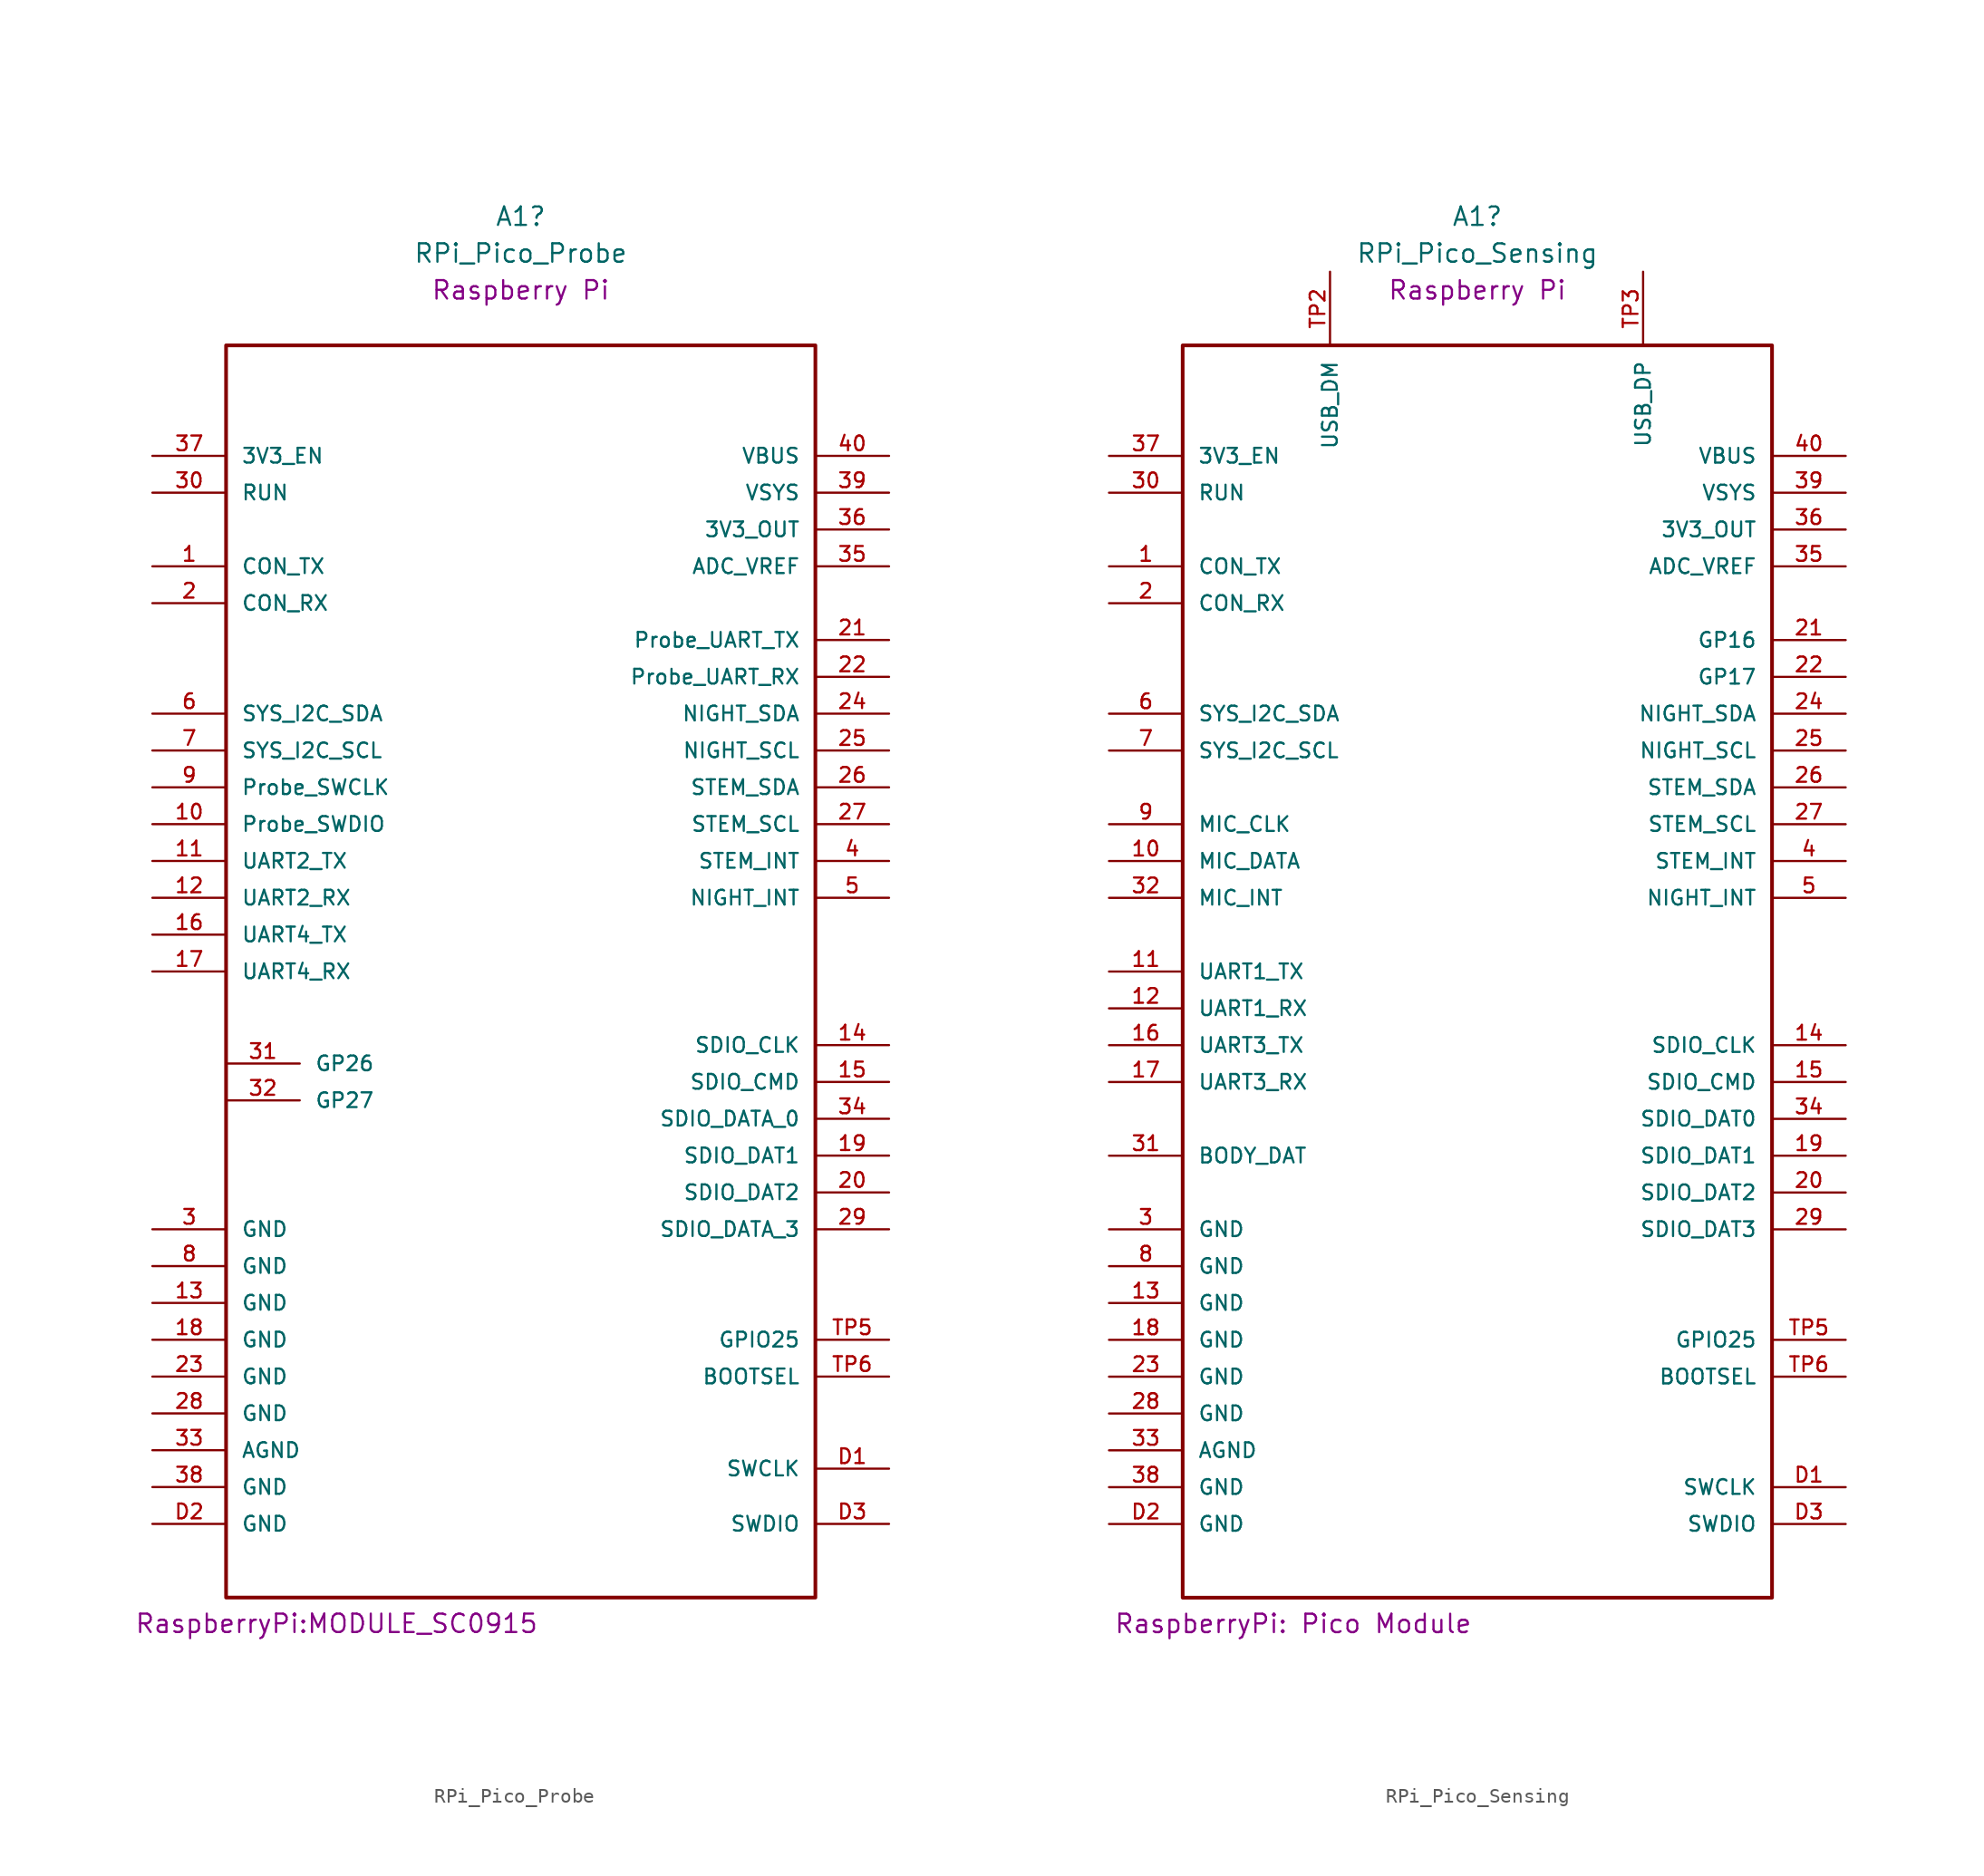
<source format=kicad_sym>
(kicad_symbol_lib
  (version 20211014)
  (generator kicad_symbol_editor)
  (symbol "RPi_Pico_Probe"
    (pin_names
      (offset 1.016))
    (property "Reference" "A1"
      (at 0 50.8 0)
      (effects (font (size 1.27 1.27))))
    (property "Value" "RPi_Pico_Probe"
      (at 0 48.26 0)
      (effects (font (size 1.27 1.27))))
    (property "Footprint" "RaspberryPi:MODULE_SC0915"
      (at -12.7 -46.99 0)
      (effects (font (size 1.27 1.27)) (justify bottom)))
    (property "manufacturer" "Raspberry Pi"
      (at 0 45.72 0)
      (effects (font (size 1.27 1.27))))
    (symbol "RPi_Pico_Probe_0_0"
      (rectangle (start -20.32 -44.45) (end 20.32 41.91) (stroke (width 0.254) (type default) (color 0 0 0 0)) (fill (type none)))
      (pin bidirectional line (at -25.4 26.67 0) (length 5.08) (name "CON_TX" (effects (font (size 1.016 1.016)))) (number "1" (effects (font (size 1.016 1.016)))))
      (pin bidirectional line (at -25.4 8.89 0) (length 5.08) (name "Probe_SWDIO" (effects (font (size 1.016 1.016)))) (number "10" (effects (font (size 1.016 1.016)))))
      (pin bidirectional line (at -25.4 6.35 0) (length 5.08) (name "UART2_TX" (effects (font (size 1.016 1.016)))) (number "11" (effects (font (size 1.016 1.016)))))
      (pin bidirectional line (at -25.4 3.81 0) (length 5.08) (name "UART2_RX" (effects (font (size 1.016 1.016)))) (number "12" (effects (font (size 1.016 1.016)))))
      (pin power_in line (at -25.4 -24.13 0) (length 5.08) (name "GND" (effects (font (size 1.016 1.016)))) (number "13" (effects (font (size 1.016 1.016)))))
      (pin bidirectional line (at 25.4 -6.35 180) (length 5.08) (name "SDIO_CLK" (effects (font (size 1.016 1.016)))) (number "14" (effects (font (size 1.016 1.016)))))
      (pin bidirectional line (at 25.4 -8.89 180) (length 5.08) (name "SDIO_CMD" (effects (font (size 1.016 1.016)))) (number "15" (effects (font (size 1.016 1.016)))))
      (pin bidirectional line (at -25.4 1.27 0) (length 5.08) (name "UART4_TX" (effects (font (size 1.016 1.016)))) (number "16" (effects (font (size 1.016 1.016)))))
      (pin bidirectional line (at -25.4 -1.27 0) (length 5.08) (name "UART4_RX" (effects (font (size 1.016 1.016)))) (number "17" (effects (font (size 1.016 1.016)))))
      (pin power_in line (at -25.4 -26.67 0) (length 5.08) (name "GND" (effects (font (size 1.016 1.016)))) (number "18" (effects (font (size 1.016 1.016)))))
      (pin bidirectional line (at 25.4 -13.97 180) (length 5.08) (name "SDIO_DAT1" (effects (font (size 1.016 1.016)))) (number "19" (effects (font (size 1.016 1.016)))))
      (pin bidirectional line (at -25.4 24.13 0) (length 5.08) (name "CON_RX" (effects (font (size 1.016 1.016)))) (number "2" (effects (font (size 1.016 1.016)))))
      (pin bidirectional line (at 25.4 -16.51 180) (length 5.08) (name "SDIO_DAT2" (effects (font (size 1.016 1.016)))) (number "20" (effects (font (size 1.016 1.016)))))
      (pin bidirectional line (at 25.4 21.59 180) (length 5.08) (name "Probe_UART_TX" (effects (font (size 1.016 1.016)))) (number "21" (effects (font (size 1.016 1.016)))))
      (pin bidirectional line (at 25.4 19.05 180) (length 5.08) (name "Probe_UART_RX" (effects (font (size 1.016 1.016)))) (number "22" (effects (font (size 1.016 1.016)))))
      (pin power_in line (at -25.4 -29.21 0) (length 5.08) (name "GND" (effects (font (size 1.016 1.016)))) (number "23" (effects (font (size 1.016 1.016)))))
      (pin bidirectional line (at 25.4 16.51 180) (length 5.08) (name "NIGHT_SDA" (effects (font (size 1.016 1.016)))) (number "24" (effects (font (size 1.016 1.016)))))
      (pin bidirectional line (at 25.4 13.97 180) (length 5.08) (name "NIGHT_SCL" (effects (font (size 1.016 1.016)))) (number "25" (effects (font (size 1.016 1.016)))))
      (pin bidirectional line (at 25.4 11.43 180) (length 5.08) (name "STEM_SDA" (effects (font (size 1.016 1.016)))) (number "26" (effects (font (size 1.016 1.016)))))
      (pin bidirectional line (at 25.4 8.89 180) (length 5.08) (name "STEM_SCL" (effects (font (size 1.016 1.016)))) (number "27" (effects (font (size 1.016 1.016)))))
      (pin power_in line (at -25.4 -31.75 0) (length 5.08) (name "GND" (effects (font (size 1.016 1.016)))) (number "28" (effects (font (size 1.016 1.016)))))
      (pin bidirectional line (at 25.4 -19.05 180) (length 5.08) (name "SDIO_DATA_3" (effects (font (size 1.016 1.016)))) (number "29" (effects (font (size 1.016 1.016)))))
      (pin power_in line (at -25.4 -19.05 0) (length 5.08) (name "GND" (effects (font (size 1.016 1.016)))) (number "3" (effects (font (size 1.016 1.016)))))
      (pin input line (at -25.4 31.75 0) (length 5.08) (name "RUN" (effects (font (size 1.016 1.016)))) (number "30" (effects (font (size 1.016 1.016)))))
      (pin bidirectional line (at -20.32 -7.62 0) (length 5.08) (name "GP26" (effects (font (size 1.016 1.016)))) (number "31" (effects (font (size 1.016 1.016)))))
      (pin bidirectional line (at -20.32 -10.16 0) (length 5.08) (name "GP27" (effects (font (size 1.016 1.016)))) (number "32" (effects (font (size 1.016 1.016)))))
      (pin power_in line (at -25.4 -34.29 0) (length 5.08) (name "AGND" (effects (font (size 1.016 1.016)))) (number "33" (effects (font (size 1.016 1.016)))))
      (pin bidirectional line (at 25.4 -11.43 180) (length 5.08) (name "SDIO_DATA_0" (effects (font (size 1.016 1.016)))) (number "34" (effects (font (size 1.016 1.016)))))
      (pin power_in line (at 25.4 26.67 180) (length 5.08) (name "ADC_VREF" (effects (font (size 1.016 1.016)))) (number "35" (effects (font (size 1.016 1.016)))))
      (pin power_in line (at 25.4 29.21 180) (length 5.08) (name "3V3_OUT" (effects (font (size 1.016 1.016)))) (number "36" (effects (font (size 1.016 1.016)))))
      (pin input line (at -25.4 34.29 0) (length 5.08) (name "3V3_EN" (effects (font (size 1.016 1.016)))) (number "37" (effects (font (size 1.016 1.016)))))
      (pin power_in line (at -25.4 -36.83 0) (length 5.08) (name "GND" (effects (font (size 1.016 1.016)))) (number "38" (effects (font (size 1.016 1.016)))))
      (pin free line (at 25.4 31.75 180) (length 5.08) (name "VSYS" (effects (font (size 1.016 1.016)))) (number "39" (effects (font (size 1.016 1.016)))))
      (pin bidirectional line (at 25.4 6.35 180) (length 5.08) (name "STEM_INT" (effects (font (size 1.016 1.016)))) (number "4" (effects (font (size 1.016 1.016)))))
      (pin free line (at 25.4 34.29 180) (length 5.08) (name "VBUS" (effects (font (size 1.016 1.016)))) (number "40" (effects (font (size 1.016 1.016)))))
      (pin bidirectional line (at 25.4 3.81 180) (length 5.08) (name "NIGHT_INT" (effects (font (size 1.016 1.016)))) (number "5" (effects (font (size 1.016 1.016)))))
      (pin bidirectional line (at -25.4 16.51 0) (length 5.08) (name "SYS_I2C_SDA" (effects (font (size 1.016 1.016)))) (number "6" (effects (font (size 1.016 1.016)))))
      (pin bidirectional line (at -25.4 13.97 0) (length 5.08) (name "SYS_I2C_SCL" (effects (font (size 1.016 1.016)))) (number "7" (effects (font (size 1.016 1.016)))))
      (pin power_in line (at -25.4 -21.59 0) (length 5.08) (name "GND" (effects (font (size 1.016 1.016)))) (number "8" (effects (font (size 1.016 1.016)))))
      (pin bidirectional line (at -25.4 11.43 0) (length 5.08) (name "Probe_SWCLK" (effects (font (size 1.016 1.016)))) (number "9" (effects (font (size 1.016 1.016)))))
      (pin bidirectional line (at 25.4 -35.56 180) (length 5.08) (name "SWCLK" (effects (font (size 1.016 1.016)))) (number "D1" (effects (font (size 1.016 1.016)))))
      (pin power_in line (at -25.4 -39.37 0) (length 5.08) (name "GND" (effects (font (size 1.016 1.016)))) (number "D2" (effects (font (size 1.016 1.016)))))
      (pin bidirectional line (at 25.4 -39.37 180) (length 5.08) (name "SWDIO" (effects (font (size 1.016 1.016)))) (number "D3" (effects (font (size 1.016 1.016)))))
      (pin bidirectional line (at 25.4 -26.67 180) (length 5.08) (name "GPIO25" (effects (font (size 1.016 1.016)))) (number "TP5" (effects (font (size 1.016 1.016)))))
      (pin bidirectional line (at 25.4 -29.21 180) (length 5.08) (name "BOOTSEL" (effects (font (size 1.016 1.016)))) (number "TP6" (effects (font (size 1.016 1.016)))))))
  (symbol "RPi_Pico_Sensing"
    (pin_names
      (offset 1.016))
    (property "Reference" "A1"
      (at 0 50.8 0)
      (effects (font (size 1.27 1.27))))
    (property "Value" "RPi_Pico_Sensing"
      (at 0 48.26 0)
      (effects (font (size 1.27 1.27))))
    (property "Footprint" "RaspberryPi: Pico Module"
      (at -12.7 -46.99 0)
      (effects (font (size 1.27 1.27)) (justify bottom)))
    (property "manufacturer" "Raspberry Pi"
      (at 0 45.72 0)
      (effects (font (size 1.27 1.27))))
    (symbol "RPi_Pico_Sensing_0_0"
      (rectangle (start -20.32 -44.45) (end 20.32 41.91) (stroke (width 0.254) (type default) (color 0 0 0 0)) (fill (type none)))
      (pin bidirectional line (at -25.4 26.67 0) (length 5.08) (name "CON_TX" (effects (font (size 1.016 1.016)))) (number "1" (effects (font (size 1.016 1.016)))))
      (pin bidirectional line (at -25.4 6.35 0) (length 5.08) (name "MIC_DATA" (effects (font (size 1.016 1.016)))) (number "10" (effects (font (size 1.016 1.016)))))
      (pin bidirectional line (at -25.4 -1.27 0) (length 5.08) (name "UART1_TX" (effects (font (size 1.016 1.016)))) (number "11" (effects (font (size 1.016 1.016)))))
      (pin bidirectional line (at -25.4 -3.81 0) (length 5.08) (name "UART1_RX" (effects (font (size 1.016 1.016)))) (number "12" (effects (font (size 1.016 1.016)))))
      (pin power_in line (at -25.4 -24.13 0) (length 5.08) (name "GND" (effects (font (size 1.016 1.016)))) (number "13" (effects (font (size 1.016 1.016)))))
      (pin bidirectional line (at 25.4 -6.35 180) (length 5.08) (name "SDIO_CLK" (effects (font (size 1.016 1.016)))) (number "14" (effects (font (size 1.016 1.016)))))
      (pin bidirectional line (at 25.4 -8.89 180) (length 5.08) (name "SDIO_CMD" (effects (font (size 1.016 1.016)))) (number "15" (effects (font (size 1.016 1.016)))))
      (pin bidirectional line (at -25.4 -6.35 0) (length 5.08) (name "UART3_TX" (effects (font (size 1.016 1.016)))) (number "16" (effects (font (size 1.016 1.016)))))
      (pin bidirectional line (at -25.4 -8.89 0) (length 5.08) (name "UART3_RX" (effects (font (size 1.016 1.016)))) (number "17" (effects (font (size 1.016 1.016)))))
      (pin power_in line (at -25.4 -26.67 0) (length 5.08) (name "GND" (effects (font (size 1.016 1.016)))) (number "18" (effects (font (size 1.016 1.016)))))
      (pin bidirectional line (at 25.4 -13.97 180) (length 5.08) (name "SDIO_DAT1" (effects (font (size 1.016 1.016)))) (number "19" (effects (font (size 1.016 1.016)))))
      (pin bidirectional line (at -25.4 24.13 0) (length 5.08) (name "CON_RX" (effects (font (size 1.016 1.016)))) (number "2" (effects (font (size 1.016 1.016)))))
      (pin bidirectional line (at 25.4 -16.51 180) (length 5.08) (name "SDIO_DAT2" (effects (font (size 1.016 1.016)))) (number "20" (effects (font (size 1.016 1.016)))))
      (pin bidirectional line (at 25.4 21.59 180) (length 5.08) (name "GP16" (effects (font (size 1.016 1.016)))) (number "21" (effects (font (size 1.016 1.016)))))
      (pin bidirectional line (at 25.4 19.05 180) (length 5.08) (name "GP17" (effects (font (size 1.016 1.016)))) (number "22" (effects (font (size 1.016 1.016)))))
      (pin power_in line (at -25.4 -29.21 0) (length 5.08) (name "GND" (effects (font (size 1.016 1.016)))) (number "23" (effects (font (size 1.016 1.016)))))
      (pin bidirectional line (at 25.4 16.51 180) (length 5.08) (name "NIGHT_SDA" (effects (font (size 1.016 1.016)))) (number "24" (effects (font (size 1.016 1.016)))))
      (pin bidirectional line (at 25.4 13.97 180) (length 5.08) (name "NIGHT_SCL" (effects (font (size 1.016 1.016)))) (number "25" (effects (font (size 1.016 1.016)))))
      (pin bidirectional line (at 25.4 11.43 180) (length 5.08) (name "STEM_SDA" (effects (font (size 1.016 1.016)))) (number "26" (effects (font (size 1.016 1.016)))))
      (pin bidirectional line (at 25.4 8.89 180) (length 5.08) (name "STEM_SCL" (effects (font (size 1.016 1.016)))) (number "27" (effects (font (size 1.016 1.016)))))
      (pin power_in line (at -25.4 -31.75 0) (length 5.08) (name "GND" (effects (font (size 1.016 1.016)))) (number "28" (effects (font (size 1.016 1.016)))))
      (pin bidirectional line (at 25.4 -19.05 180) (length 5.08) (name "SDIO_DAT3" (effects (font (size 1.016 1.016)))) (number "29" (effects (font (size 1.016 1.016)))))
      (pin power_in line (at -25.4 -19.05 0) (length 5.08) (name "GND" (effects (font (size 1.016 1.016)))) (number "3" (effects (font (size 1.016 1.016)))))
      (pin input line (at -25.4 31.75 0) (length 5.08) (name "RUN" (effects (font (size 1.016 1.016)))) (number "30" (effects (font (size 1.016 1.016)))))
      (pin bidirectional line (at -25.4 -13.97 0) (length 5.08) (name "BODY_DAT" (effects (font (size 1.016 1.016)))) (number "31" (effects (font (size 1.016 1.016)))))
      (pin bidirectional line (at -25.4 3.81 0) (length 5.08) (name "MIC_INT" (effects (font (size 1.016 1.016)))) (number "32" (effects (font (size 1.016 1.016)))))
      (pin power_in line (at -25.4 -34.29 0) (length 5.08) (name "AGND" (effects (font (size 1.016 1.016)))) (number "33" (effects (font (size 1.016 1.016)))))
      (pin bidirectional line (at 25.4 -11.43 180) (length 5.08) (name "SDIO_DAT0" (effects (font (size 1.016 1.016)))) (number "34" (effects (font (size 1.016 1.016)))))
      (pin power_in line (at 25.4 26.67 180) (length 5.08) (name "ADC_VREF" (effects (font (size 1.016 1.016)))) (number "35" (effects (font (size 1.016 1.016)))))
      (pin power_in line (at 25.4 29.21 180) (length 5.08) (name "3V3_OUT" (effects (font (size 1.016 1.016)))) (number "36" (effects (font (size 1.016 1.016)))))
      (pin input line (at -25.4 34.29 0) (length 5.08) (name "3V3_EN" (effects (font (size 1.016 1.016)))) (number "37" (effects (font (size 1.016 1.016)))))
      (pin power_in line (at -25.4 -36.83 0) (length 5.08) (name "GND" (effects (font (size 1.016 1.016)))) (number "38" (effects (font (size 1.016 1.016)))))
      (pin free line (at 25.4 31.75 180) (length 5.08) (name "VSYS" (effects (font (size 1.016 1.016)))) (number "39" (effects (font (size 1.016 1.016)))))
      (pin bidirectional line (at 25.4 6.35 180) (length 5.08) (name "STEM_INT" (effects (font (size 1.016 1.016)))) (number "4" (effects (font (size 1.016 1.016)))))
      (pin free line (at 25.4 34.29 180) (length 5.08) (name "VBUS" (effects (font (size 1.016 1.016)))) (number "40" (effects (font (size 1.016 1.016)))))
      (pin bidirectional line (at 25.4 3.81 180) (length 5.08) (name "NIGHT_INT" (effects (font (size 1.016 1.016)))) (number "5" (effects (font (size 1.016 1.016)))))
      (pin bidirectional line (at -25.4 16.51 0) (length 5.08) (name "SYS_I2C_SDA" (effects (font (size 1.016 1.016)))) (number "6" (effects (font (size 1.016 1.016)))))
      (pin bidirectional line (at -25.4 13.97 0) (length 5.08) (name "SYS_I2C_SCL" (effects (font (size 1.016 1.016)))) (number "7" (effects (font (size 1.016 1.016)))))
      (pin power_in line (at -25.4 -21.59 0) (length 5.08) (name "GND" (effects (font (size 1.016 1.016)))) (number "8" (effects (font (size 1.016 1.016)))))
      (pin bidirectional line (at -25.4 8.89 0) (length 5.08) (name "MIC_CLK" (effects (font (size 1.016 1.016)))) (number "9" (effects (font (size 1.016 1.016)))))
      (pin bidirectional line (at 25.4 -36.83 180) (length 5.08) (name "SWCLK" (effects (font (size 1.016 1.016)))) (number "D1" (effects (font (size 1.016 1.016)))))
      (pin power_in line (at -25.4 -39.37 0) (length 5.08) (name "GND" (effects (font (size 1.016 1.016)))) (number "D2" (effects (font (size 1.016 1.016)))))
      (pin bidirectional line (at 25.4 -39.37 180) (length 5.08) (name "SWDIO" (effects (font (size 1.016 1.016)))) (number "D3" (effects (font (size 1.016 1.016)))))
      (pin bidirectional line (at -10.16 46.99 270) (length 5.08) (name "USB_DM" (effects (font (size 1.016 1.016)))) (number "TP2" (effects (font (size 1.016 1.016)))))
      (pin bidirectional line (at 11.43 46.99 270) (length 5.08) (name "USB_DP" (effects (font (size 1.016 1.016)))) (number "TP3" (effects (font (size 1.016 1.016)))))
      (pin bidirectional line (at 25.4 -26.67 180) (length 5.08) (name "GPIO25" (effects (font (size 1.016 1.016)))) (number "TP5" (effects (font (size 1.016 1.016)))))
      (pin bidirectional line (at 25.4 -29.21 180) (length 5.08) (name "BOOTSEL" (effects (font (size 1.016 1.016)))) (number "TP6" (effects (font (size 1.016 1.016))))))))
</source>
